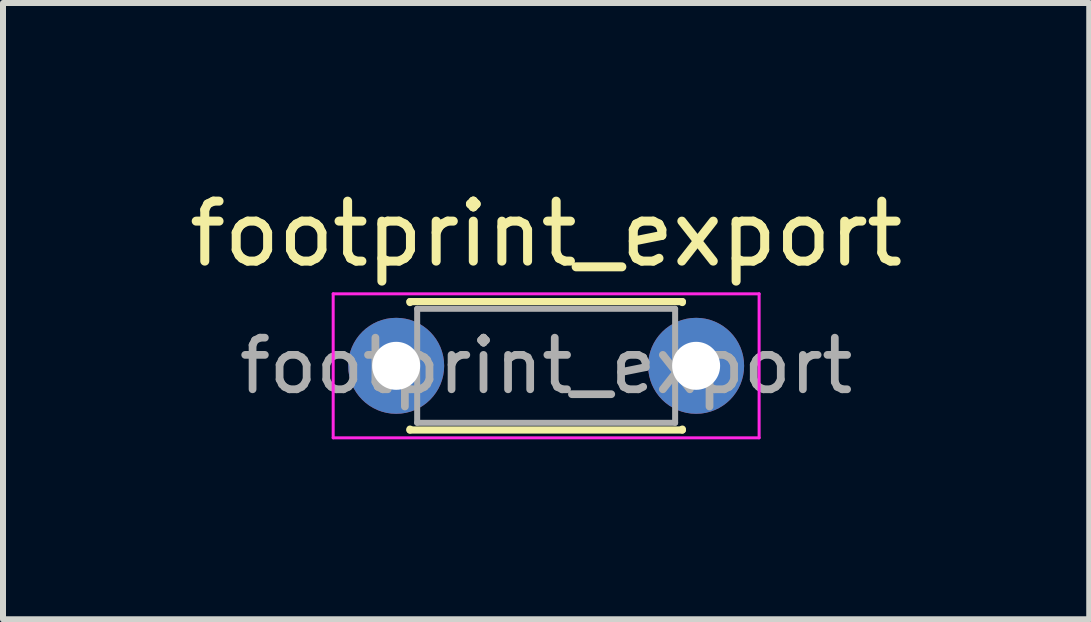
<source format=kicad_pcb>
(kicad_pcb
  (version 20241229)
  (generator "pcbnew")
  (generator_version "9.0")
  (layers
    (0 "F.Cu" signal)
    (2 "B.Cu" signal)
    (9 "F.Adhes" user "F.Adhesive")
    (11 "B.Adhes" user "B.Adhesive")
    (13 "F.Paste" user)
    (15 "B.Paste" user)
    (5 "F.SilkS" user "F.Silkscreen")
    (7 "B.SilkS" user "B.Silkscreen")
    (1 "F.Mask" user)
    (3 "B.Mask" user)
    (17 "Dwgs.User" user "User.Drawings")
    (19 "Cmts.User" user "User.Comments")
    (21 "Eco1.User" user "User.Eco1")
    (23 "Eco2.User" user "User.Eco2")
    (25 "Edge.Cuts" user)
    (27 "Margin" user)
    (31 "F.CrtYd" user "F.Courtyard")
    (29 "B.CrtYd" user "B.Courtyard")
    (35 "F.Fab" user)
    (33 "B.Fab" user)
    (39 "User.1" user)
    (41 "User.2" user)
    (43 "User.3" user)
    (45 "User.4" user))
  (footprint "footprint_export"
    (layer "F.Cu")
    (at 3.554 3.048)
    (property "Reference" "footprint_export" (at 2.5 -2.2 0) (layer "F.SilkS") (effects (font (size 1 1) (thickness 0.15))))
    (attr through_hole)
    (fp_line (start 0.23 -1.07) (end 0.23 -1.055) (stroke (width 0.12) (type solid)) (layer "F.SilkS"))
    (fp_line (start 0.23 -1.07) (end 4.77 -1.07) (stroke (width 0.12) (type solid)) (layer "F.SilkS"))
    (fp_line (start 0.23 1.055) (end 0.23 1.07) (stroke (width 0.12) (type solid)) (layer "F.SilkS"))
    (fp_line (start 0.23 1.07) (end 4.77 1.07) (stroke (width 0.12) (type solid)) (layer "F.SilkS"))
    (fp_line (start 4.77 -1.07) (end 4.77 -1.055) (stroke (width 0.12) (type solid)) (layer "F.SilkS"))
    (fp_line (start 4.77 1.055) (end 4.77 1.07) (stroke (width 0.12) (type solid)) (layer "F.SilkS"))
    (fp_line (start -1.05 -1.2) (end -1.05 1.2) (stroke (width 0.05) (type solid)) (layer "F.CrtYd"))
    (fp_line (start -1.05 1.2) (end 6.05 1.2) (stroke (width 0.05) (type solid)) (layer "F.CrtYd"))
    (fp_line (start 6.05 -1.2) (end -1.05 -1.2) (stroke (width 0.05) (type solid)) (layer "F.CrtYd"))
    (fp_line (start 6.05 1.2) (end 6.05 -1.2) (stroke (width 0.05) (type solid)) (layer "F.CrtYd"))
    (fp_line (start 0.35 -0.95) (end 0.35 0.95) (stroke (width 0.1) (type solid)) (layer "F.Fab"))
    (fp_line (start 0.35 0.95) (end 4.65 0.95) (stroke (width 0.1) (type solid)) (layer "F.Fab"))
    (fp_line (start 4.65 -0.95) (end 0.35 -0.95) (stroke (width 0.1) (type solid)) (layer "F.Fab"))
    (fp_line (start 4.65 0.95) (end 4.65 -0.95) (stroke (width 0.1) (type solid)) (layer "F.Fab"))
    (fp_text user "${REFERENCE}" (at 2.5 0 0) (layer "F.Fab") (effects (font (size 0.86 0.86) (thickness 0.129))))
    (pad "1" thru_hole circle (at 0 0) (size 1.6 1.6) (drill 0.8) (layers "*.Cu" "*.Mask"))
    (pad "2" thru_hole circle (at 5 0) (size 1.6 1.6) (drill 0.8) (layers "*.Cu" "*.Mask")))
  (gr_rect
    (start -3 -3)
    (end 15.107 7.273)
    (stroke (width 0.1) (type default))
    (fill no)
    (layer "Edge.Cuts")))
</source>
